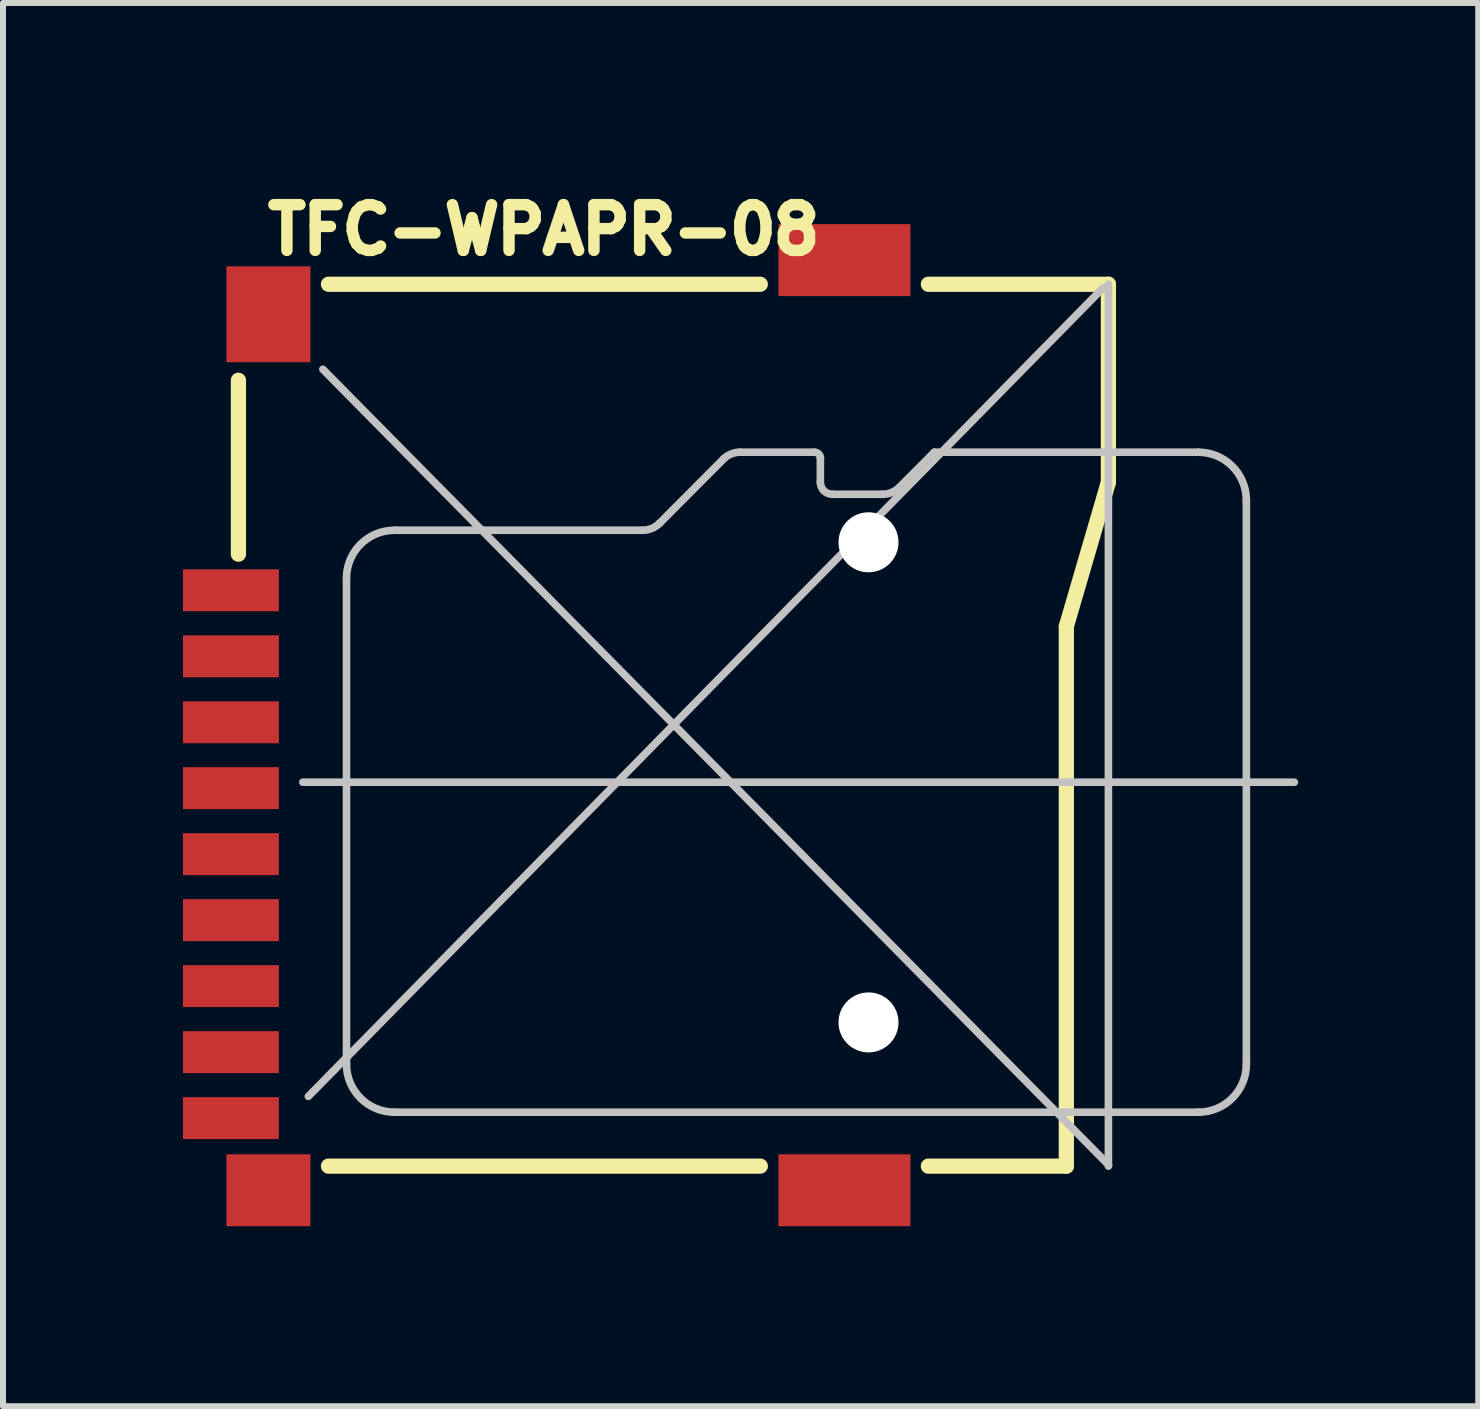
<source format=kicad_pcb>
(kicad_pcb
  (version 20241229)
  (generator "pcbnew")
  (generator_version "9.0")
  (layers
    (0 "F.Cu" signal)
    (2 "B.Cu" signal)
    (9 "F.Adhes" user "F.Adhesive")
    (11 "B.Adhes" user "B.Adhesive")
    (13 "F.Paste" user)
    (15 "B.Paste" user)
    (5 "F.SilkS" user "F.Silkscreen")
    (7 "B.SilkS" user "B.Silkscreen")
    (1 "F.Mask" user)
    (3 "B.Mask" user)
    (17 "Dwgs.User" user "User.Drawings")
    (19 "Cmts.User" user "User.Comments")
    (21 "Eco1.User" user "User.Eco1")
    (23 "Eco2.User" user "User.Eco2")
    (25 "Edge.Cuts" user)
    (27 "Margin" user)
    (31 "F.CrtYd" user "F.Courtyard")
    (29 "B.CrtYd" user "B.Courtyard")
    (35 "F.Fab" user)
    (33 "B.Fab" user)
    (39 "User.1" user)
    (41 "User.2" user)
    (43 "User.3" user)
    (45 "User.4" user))
  (footprint "TFC-WPAPR-08"
    (layer "F.Cu")
    (at 8.172 9.035)
    (property "Reference" "TFC-WPAPR-08" (at -2.159 -8.255 0) (layer "F.SilkS") (effects (font (size 0.762 0.762) (thickness 0.191))))
    (attr smd)
    (fp_line (start -7.249 -2.85) (end -7.249 -5.748) (stroke (width 0.254) (type solid)) (layer "F.SilkS"))
    (fp_line (start -5.748 -7.348) (end 1.448 -7.348) (stroke (width 0.254) (type solid)) (layer "F.SilkS"))
    (fp_line (start -5.748 7.348) (end 1.448 7.348) (stroke (width 0.254) (type solid)) (layer "F.SilkS"))
    (fp_line (start 4.249 -7.348) (end 7.249 -7.348) (stroke (width 0.254) (type solid)) (layer "F.SilkS"))
    (fp_line (start 4.249 7.348) (end 6.548 7.348) (stroke (width 0.254) (type solid)) (layer "F.SilkS"))
    (fp_line (start 6.548 -1.648) (end 6.548 7.348) (stroke (width 0.254) (type solid)) (layer "F.SilkS"))
    (fp_line (start 7.249 -7.348) (end 7.249 -4.049) (stroke (width 0.254) (type solid)) (layer "F.SilkS"))
    (fp_line (start 7.249 -4.049) (end 6.548 -1.648) (stroke (width 0.254) (type solid)) (layer "F.SilkS"))
    (fp_line (start -6.175 0.95) (end 10.348 0.95) (stroke (width 0.127) (type solid)) (layer "Dwgs.User"))
    (fp_line (start -6.083 6.185) (end 7.163 -7.29) (stroke (width 0.127) (type solid)) (layer "Dwgs.User"))
    (fp_line (start -5.842 -5.931) (end 7.252 7.328) (stroke (width 0.127) (type solid)) (layer "Dwgs.User"))
    (fp_line (start -5.448 5.649) (end -5.448 -2.449) (stroke (width 0.127) (type solid)) (layer "Dwgs.User"))
    (fp_line (start -4.648 -3.249) (end -0.516 -3.249) (stroke (width 0.127) (type solid)) (layer "Dwgs.User"))
    (fp_line (start -0.231 -3.365) (end 0.831 -4.432) (stroke (width 0.127) (type solid)) (layer "Dwgs.User"))
    (fp_line (start 1.115 -4.549) (end 2.349 -4.549) (stroke (width 0.127) (type solid)) (layer "Dwgs.User"))
    (fp_line (start 2.449 -4.448) (end 2.449 -4.049) (stroke (width 0.127) (type solid)) (layer "Dwgs.User"))
    (fp_line (start 2.649 -3.848) (end 3.482 -3.848) (stroke (width 0.127) (type solid)) (layer "Dwgs.User"))
    (fp_line (start 3.767 -3.965) (end 4.348 -4.549) (stroke (width 0.127) (type solid)) (layer "Dwgs.User"))
    (fp_line (start 4.348 -4.549) (end 8.748 -4.549) (stroke (width 0.127) (type solid)) (layer "Dwgs.User"))
    (fp_line (start 7.249 -7.348) (end 7.249 7.348) (stroke (width 0.127) (type solid)) (layer "Dwgs.User"))
    (fp_line (start 8.748 6.449) (end -4.648 6.449) (stroke (width 0.127) (type solid)) (layer "Dwgs.User"))
    (fp_line (start 9.548 -3.749) (end 9.548 5.649) (stroke (width 0.127) (type solid)) (layer "Dwgs.User"))
    (fp_arc (start -5.4483 -2.44856) (mid -5.213956 -3.014316) (end -4.6482 -3.24866) (stroke (width 0.127) (type solid)) (layer "Dwgs.User"))
    (fp_arc (start -4.6482 6.44906) (mid -5.213956 6.214716) (end -5.4483 5.64896) (stroke (width 0.127) (type solid)) (layer "Dwgs.User"))
    (fp_arc (start -0.23114 -3.3655) (mid -0.360495 -3.279068) (end -0.51308 -3.248717) (stroke (width 0.127) (type solid)) (layer "Dwgs.User"))
    (fp_arc (start 0.83058 -4.4323) (mid 0.960776 -4.519377) (end 1.114358 -4.550135) (stroke (width 0.127) (type solid)) (layer "Dwgs.User"))
    (fp_arc (start 2.3495 -4.54914) (mid 2.421342 -4.519382) (end 2.4511 -4.44754) (stroke (width 0.127) (type solid)) (layer "Dwgs.User"))
    (fp_arc (start 2.64922 -3.8481) (mid 2.507332 -3.906872) (end 2.44856 -4.04876) (stroke (width 0.127) (type solid)) (layer "Dwgs.User"))
    (fp_arc (start 3.76682 -3.96494) (mid 3.636299 -3.877729) (end 3.48234 -3.847105) (stroke (width 0.127) (type solid)) (layer "Dwgs.User"))
    (fp_arc (start 8.74776 -4.54914) (mid 9.313516 -4.314796) (end 9.54786 -3.74904) (stroke (width 0.127) (type solid)) (layer "Dwgs.User"))
    (fp_arc (start 9.54786 5.64896) (mid 9.313516 6.214716) (end 8.74776 6.44906) (stroke (width 0.127) (type solid)) (layer "Dwgs.User"))
    (pad "" np_thru_hole circle (at 3.251 -3.048) (size 1 1) (drill 1) (layers "*.Cu" "*.Mask"))
    (pad "" np_thru_hole circle (at 3.251 4.953) (size 1 1) (drill 1) (layers "*.Cu" "*.Mask"))
    (pad "1" smd rect (at -7.374 -2.248 270) (size 0.699 1.598) (layers "F.Cu" "F.Mask" "F.Paste"))
    (pad "2" smd rect (at -7.374 -1.148 270) (size 0.699 1.598) (layers "F.Cu" "F.Mask" "F.Paste"))
    (pad "3" smd rect (at -7.374 -0.048 270) (size 0.699 1.598) (layers "F.Cu" "F.Mask" "F.Paste"))
    (pad "4" smd rect (at -7.374 1.049 270) (size 0.699 1.598) (layers "F.Cu" "F.Mask" "F.Paste"))
    (pad "5" smd rect (at -7.374 2.149 270) (size 0.699 1.598) (layers "F.Cu" "F.Mask" "F.Paste"))
    (pad "6" smd rect (at -7.374 3.249 270) (size 0.699 1.598) (layers "F.Cu" "F.Mask" "F.Paste"))
    (pad "7" smd rect (at -7.374 4.348 270) (size 0.699 1.598) (layers "F.Cu" "F.Mask" "F.Paste"))
    (pad "8" smd rect (at -7.374 5.448 270) (size 0.699 1.598) (layers "F.Cu" "F.Mask" "F.Paste"))
    (pad "9" smd rect (at -7.374 6.548 270) (size 0.699 1.598) (layers "F.Cu" "F.Mask" "F.Paste"))
    (pad "10" smd rect (at -6.749 7.75 270) (size 1.199 1.4) (layers "F.Cu" "F.Mask" "F.Paste"))
    (pad "11" smd rect (at -6.749 -6.848 270) (size 1.598 1.4) (layers "F.Cu" "F.Mask" "F.Paste"))
    (pad "12" smd rect (at 2.85 7.75 270) (size 1.199 2.2) (layers "F.Cu" "F.Mask" "F.Paste"))
    (pad "13" smd rect (at 2.85 -7.75 270) (size 1.199 2.2) (layers "F.Cu" "F.Mask" "F.Paste")))
  (gr_rect
    (start -3 -3)
    (end 21.584 20.384)
    (stroke (width 0.1) (type default))
    (fill no)
    (layer "Edge.Cuts")))
</source>
